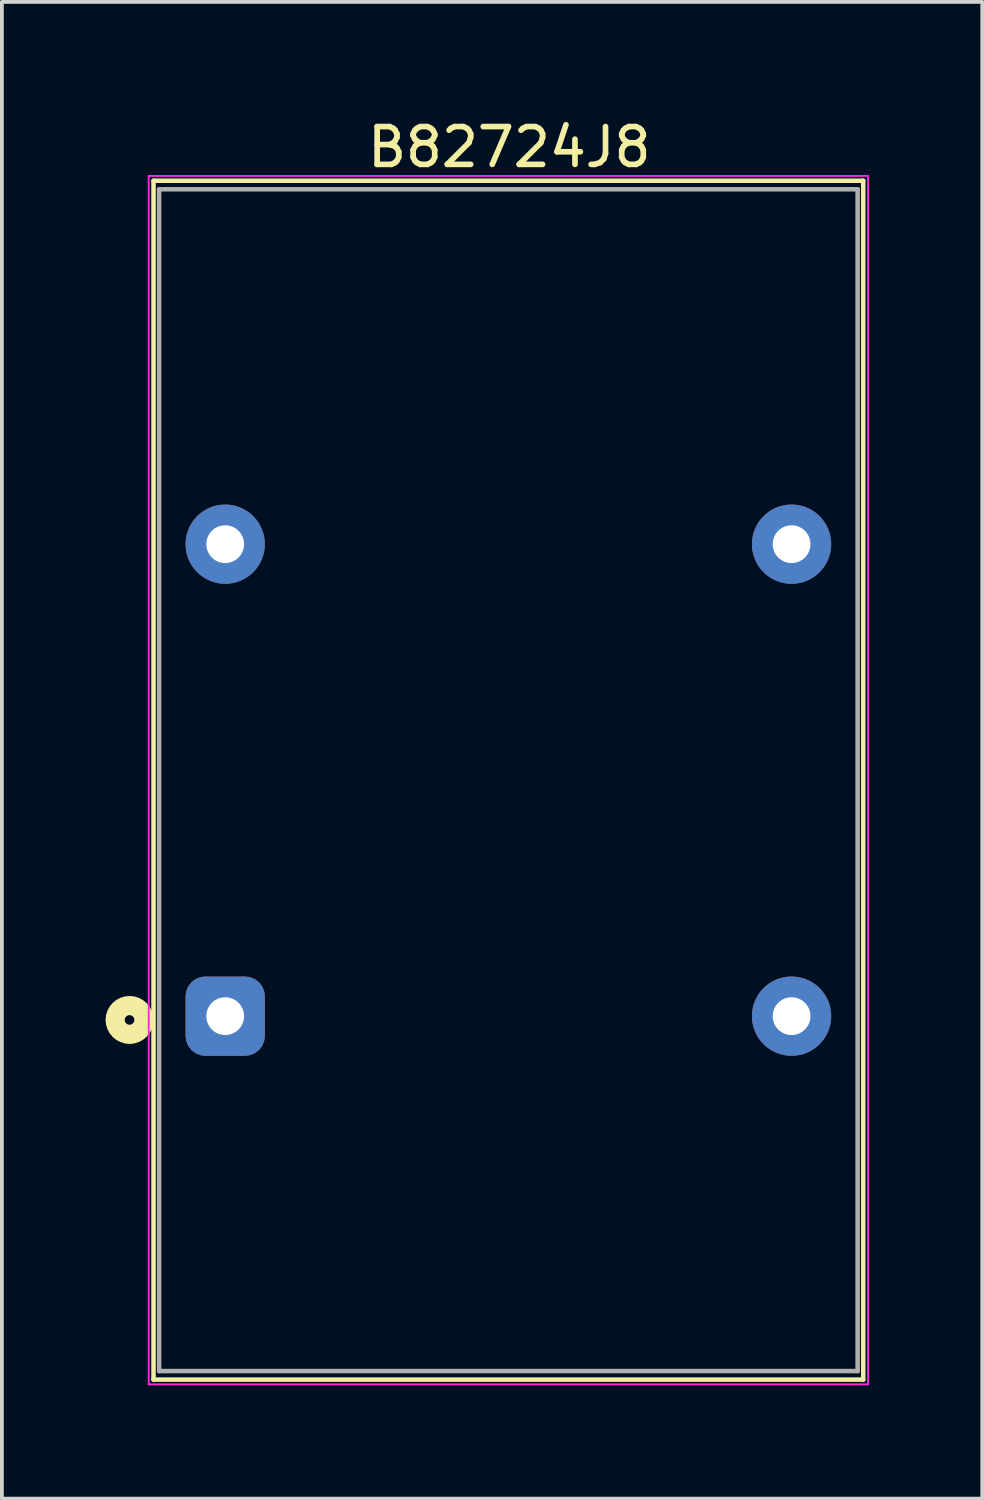
<source format=kicad_pcb>
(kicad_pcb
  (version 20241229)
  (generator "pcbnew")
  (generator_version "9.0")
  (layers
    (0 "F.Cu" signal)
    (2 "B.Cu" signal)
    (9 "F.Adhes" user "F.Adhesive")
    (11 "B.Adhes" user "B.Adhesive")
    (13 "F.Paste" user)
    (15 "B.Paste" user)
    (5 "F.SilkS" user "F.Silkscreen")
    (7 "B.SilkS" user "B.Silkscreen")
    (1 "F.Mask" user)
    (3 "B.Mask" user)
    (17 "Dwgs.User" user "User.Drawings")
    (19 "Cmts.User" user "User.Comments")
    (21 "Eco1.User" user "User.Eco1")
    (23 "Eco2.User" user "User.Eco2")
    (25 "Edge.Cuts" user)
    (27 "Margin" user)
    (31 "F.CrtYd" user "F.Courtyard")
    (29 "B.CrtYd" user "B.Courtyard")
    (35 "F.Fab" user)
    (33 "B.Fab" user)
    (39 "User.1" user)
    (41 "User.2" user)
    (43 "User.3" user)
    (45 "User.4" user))
  (footprint "B82724J8"
    (layer "F.Cu")
    (at 10.414 17.612)
    (property "Reference" "B82724J8" (at 0.025 -16.764 0) (layer "F.SilkS") (effects (font (size 1 1) (thickness 0.15))))
    (attr through_hole)
    (fp_line (start -9.398 -15.875) (end 9.398 -15.875) (stroke (width 0.12) (type solid)) (layer "F.SilkS"))
    (fp_line (start -9.398 15.875) (end -9.398 -15.875) (stroke (width 0.12) (type solid)) (layer "F.SilkS"))
    (fp_line (start -9.398 15.875) (end 9.398 15.875) (stroke (width 0.12) (type solid)) (layer "F.SilkS"))
    (fp_line (start 9.398 -15.875) (end 9.398 15.875) (stroke (width 0.12) (type solid)) (layer "F.SilkS"))
    (fp_circle (center -10.033 6.35) (end -9.906 6.35) (stroke (width 0.508) (type solid)) (fill no) (layer "F.SilkS"))
    (fp_line (start -9.525 -16.002) (end -9.525 16.002) (stroke (width 0.05) (type solid)) (layer "F.CrtYd"))
    (fp_line (start -9.525 16.002) (end 9.525 16.002) (stroke (width 0.05) (type solid)) (layer "F.CrtYd"))
    (fp_line (start 9.525 -16.002) (end -9.525 -16.002) (stroke (width 0.05) (type solid)) (layer "F.CrtYd"))
    (fp_line (start 9.525 16.002) (end 9.525 -16.002) (stroke (width 0.05) (type solid)) (layer "F.CrtYd"))
    (fp_line (start -9.25 -15.65) (end -9.25 15.65) (stroke (width 0.12) (type solid)) (layer "F.Fab"))
    (fp_line (start -9.25 -15.65) (end 9.25 -15.65) (stroke (width 0.12) (type solid)) (layer "F.Fab"))
    (fp_line (start 9.25 -15.65) (end 9.25 15.65) (stroke (width 0.12) (type solid)) (layer "F.Fab"))
    (fp_line (start 9.25 15.65) (end -9.25 15.65) (stroke (width 0.12) (type solid)) (layer "F.Fab"))
    (pad "1" thru_hole roundrect (at -7.5 6.25) (size 2.1 2.1) (drill 1) (layers "*.Cu" "*.Mask") (roundrect_rratio 0.25))
    (pad "2" thru_hole circle (at -7.5 -6.25) (size 2.1 2.1) (drill 1) (layers "*.Cu" "*.Mask"))
    (pad "3" thru_hole circle (at 7.5 -6.25) (size 2.1 2.1) (drill 1) (layers "*.Cu" "*.Mask"))
    (pad "4" thru_hole circle (at 7.5 6.25) (size 2.1 2.1) (drill 1) (layers "*.Cu" "*.Mask")))
  (gr_rect
    (start -3 -3)
    (end 22.964 36.639)
    (stroke (width 0.1) (type default))
    (fill no)
    (layer "Edge.Cuts")))
</source>
